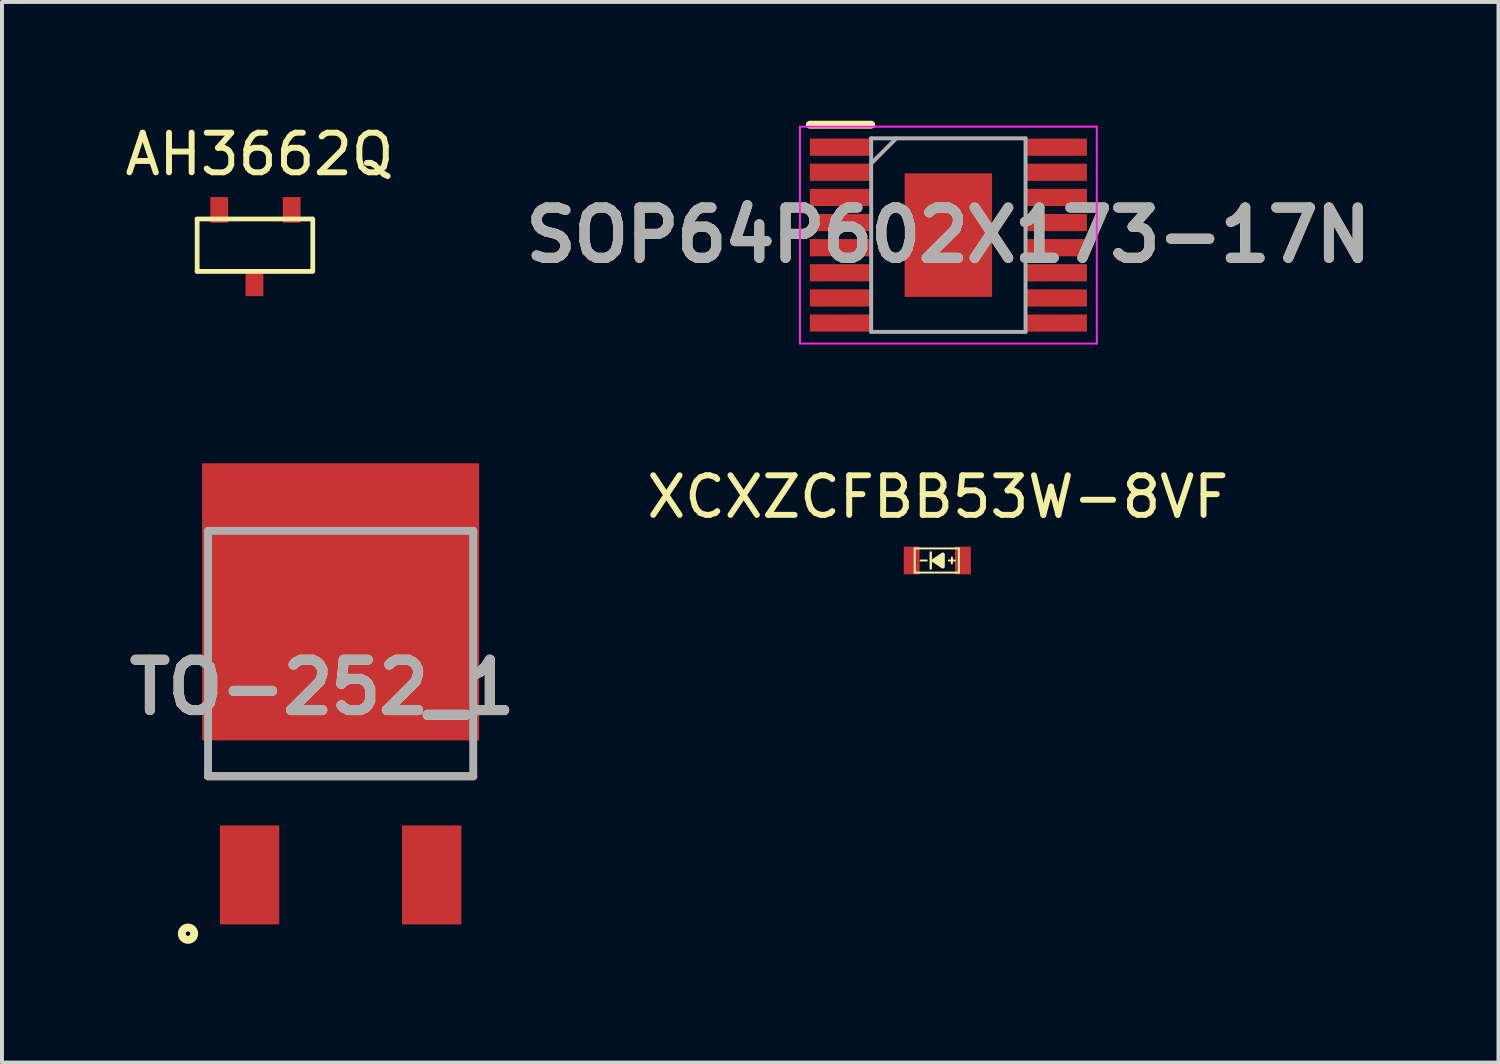
<source format=kicad_pcb>
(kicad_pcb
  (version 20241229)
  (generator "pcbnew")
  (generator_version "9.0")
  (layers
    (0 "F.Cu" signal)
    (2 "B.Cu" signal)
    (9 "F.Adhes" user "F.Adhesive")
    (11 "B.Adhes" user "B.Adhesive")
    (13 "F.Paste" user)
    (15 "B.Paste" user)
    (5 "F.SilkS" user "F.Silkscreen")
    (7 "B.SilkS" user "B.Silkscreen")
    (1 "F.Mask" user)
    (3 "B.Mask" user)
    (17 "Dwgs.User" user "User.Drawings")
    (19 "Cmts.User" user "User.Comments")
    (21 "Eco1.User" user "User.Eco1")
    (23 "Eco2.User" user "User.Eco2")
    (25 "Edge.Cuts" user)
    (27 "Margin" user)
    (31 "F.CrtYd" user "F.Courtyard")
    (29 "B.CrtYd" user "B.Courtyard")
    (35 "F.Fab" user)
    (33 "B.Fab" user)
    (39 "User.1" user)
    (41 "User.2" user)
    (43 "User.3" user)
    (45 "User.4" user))
  (footprint "SOP64P602X173-17N"
    (layer "F.Cu")
    (at 20.91 2.89)
    (property "Reference" "SOP64P602X173-17N" (at 0 0 0) (layer "F.SilkS") (effects (font (size 1.27 1.27) (thickness 0.254))))
    (attr smd)
    (fp_line (start -3.5 -2.79) (end -1.95 -2.79) (stroke (width 0.2) (type solid)) (layer "F.SilkS"))
    (fp_line (start -3.75 -2.74) (end 3.75 -2.74) (stroke (width 0.05) (type solid)) (layer "F.CrtYd"))
    (fp_line (start -3.75 2.74) (end -3.75 -2.74) (stroke (width 0.05) (type solid)) (layer "F.CrtYd"))
    (fp_line (start 3.75 -2.74) (end 3.75 2.74) (stroke (width 0.05) (type solid)) (layer "F.CrtYd"))
    (fp_line (start 3.75 2.74) (end -3.75 2.74) (stroke (width 0.05) (type solid)) (layer "F.CrtYd"))
    (fp_line (start -1.95 -2.445) (end 1.95 -2.445) (stroke (width 0.1) (type solid)) (layer "F.Fab"))
    (fp_line (start -1.95 -1.81) (end -1.315 -2.445) (stroke (width 0.1) (type solid)) (layer "F.Fab"))
    (fp_line (start -1.95 2.445) (end -1.95 -2.445) (stroke (width 0.1) (type solid)) (layer "F.Fab"))
    (fp_line (start 1.95 -2.445) (end 1.95 2.445) (stroke (width 0.1) (type solid)) (layer "F.Fab"))
    (fp_line (start 1.95 2.445) (end -1.95 2.445) (stroke (width 0.1) (type solid)) (layer "F.Fab"))
    (fp_text user "${REFERENCE}" (at 0 0 0) (layer "F.Fab") (effects (font (size 1.27 1.27) (thickness 0.254))))
    (pad "1" smd rect (at -2.725 -2.222 90) (size 0.435 1.55) (layers "F.Cu" "F.Mask" "F.Paste"))
    (pad "2" smd rect (at -2.725 -1.588 90) (size 0.435 1.55) (layers "F.Cu" "F.Mask" "F.Paste"))
    (pad "3" smd rect (at -2.725 -0.952 90) (size 0.435 1.55) (layers "F.Cu" "F.Mask" "F.Paste"))
    (pad "4" smd rect (at -2.725 -0.318 90) (size 0.435 1.55) (layers "F.Cu" "F.Mask" "F.Paste"))
    (pad "5" smd rect (at -2.725 0.318 90) (size 0.435 1.55) (layers "F.Cu" "F.Mask" "F.Paste"))
    (pad "6" smd rect (at -2.725 0.952 90) (size 0.435 1.55) (layers "F.Cu" "F.Mask" "F.Paste"))
    (pad "7" smd rect (at -2.725 1.588 90) (size 0.435 1.55) (layers "F.Cu" "F.Mask" "F.Paste"))
    (pad "8" smd rect (at -2.725 2.222 90) (size 0.435 1.55) (layers "F.Cu" "F.Mask" "F.Paste"))
    (pad "9" smd rect (at 2.725 2.222 90) (size 0.435 1.55) (layers "F.Cu" "F.Mask" "F.Paste"))
    (pad "10" smd rect (at 2.725 1.588 90) (size 0.435 1.55) (layers "F.Cu" "F.Mask" "F.Paste"))
    (pad "11" smd rect (at 2.725 0.952 90) (size 0.435 1.55) (layers "F.Cu" "F.Mask" "F.Paste"))
    (pad "12" smd rect (at 2.725 0.318 90) (size 0.435 1.55) (layers "F.Cu" "F.Mask" "F.Paste"))
    (pad "13" smd rect (at 2.725 -0.318 90) (size 0.435 1.55) (layers "F.Cu" "F.Mask" "F.Paste"))
    (pad "14" smd rect (at 2.725 -0.952 90) (size 0.435 1.55) (layers "F.Cu" "F.Mask" "F.Paste"))
    (pad "15" smd rect (at 2.725 -1.588 90) (size 0.435 1.55) (layers "F.Cu" "F.Mask" "F.Paste"))
    (pad "16" smd rect (at 2.725 -2.222 90) (size 0.435 1.55) (layers "F.Cu" "F.Mask" "F.Paste"))
    (pad "17" smd rect (at 0 0) (size 2.209 3.12) (layers "F.Cu" "F.Mask" "F.Paste")))
  (footprint "XCXZCFBB53W-8VF"
    (layer "F.Cu")
    (at 20.643 9.003)
    (property "Reference" "XCXZCFBB53W-8VF" (at 0 0.5 0) (layer "F.SilkS") (effects (font (size 1 1) (thickness 0.15))))
    (attr through_hole)
    (fp_line (start -0.584 1.803) (end -0.584 2.413) (stroke (width 0.05) (type solid)) (layer "F.SilkS"))
    (fp_line (start -0.584 1.803) (end 0.533 1.803) (stroke (width 0.05) (type solid)) (layer "F.SilkS"))
    (fp_line (start -0.432 2.108) (end -0.279 2.108) (stroke (width 0.05) (type solid)) (layer "F.SilkS"))
    (fp_line (start -0.178 1.905) (end -0.178 2.311) (stroke (width 0.06) (type solid)) (layer "F.SilkS"))
    (fp_line (start 0.279 2.108) (end 0.432 2.108) (stroke (width 0.05) (type solid)) (layer "F.SilkS"))
    (fp_line (start 0.356 2.184) (end 0.356 2.032) (stroke (width 0.05) (type solid)) (layer "F.SilkS"))
    (fp_line (start 0.533 1.803) (end 0.533 2.413) (stroke (width 0.05) (type solid)) (layer "F.SilkS"))
    (fp_line (start 0.533 2.413) (end -0.584 2.413) (stroke (width 0.05) (type solid)) (layer "F.SilkS"))
    (fp_poly (pts (xy 0.127 2.261) (xy -0.102 2.108) (xy 0.127 1.956)) (stroke (width 0.1) (type solid)) (fill yes) (layer "F.SilkS"))
    (pad "1" smd rect (at -0.66 2.108 180) (size 0.4 0.7) (layers "F.Cu" "F.Mask" "F.Paste"))
    (pad "2" smd rect (at 0.635 2.108) (size 0.4 0.7) (layers "F.Cu" "F.Mask" "F.Paste")))
  (footprint "TO-252_1"
    (layer "F.Cu")
    (at 5.556 16.562)
    (property "Reference" "TO-252_1" (at -0.464 -2.247 0) (layer "F.SilkS") (effects (font (size 1.27 1.27) (thickness 0.254))))
    (attr smd)
    (fp_line (start -3.35 0) (end 3.35 0) (stroke (width 0.2) (type solid)) (layer "F.SilkS"))
    (fp_circle (center -3.856 3.977) (end -3.856 4.133) (stroke (width 0.2) (type solid)) (fill no) (layer "F.SilkS"))
    (fp_line (start -3.35 -6.2) (end 3.35 -6.2) (stroke (width 0.2) (type solid)) (layer "F.Fab"))
    (fp_line (start -3.35 0) (end -3.35 -6.2) (stroke (width 0.2) (type solid)) (layer "F.Fab"))
    (fp_line (start 3.35 -6.2) (end 3.35 0) (stroke (width 0.2) (type solid)) (layer "F.Fab"))
    (fp_line (start 3.35 0) (end -3.35 0) (stroke (width 0.2) (type solid)) (layer "F.Fab"))
    (fp_text user "${REFERENCE}" (at -0.464 -2.247 0) (layer "F.Fab") (effects (font (size 1.27 1.27) (thickness 0.254))))
    (pad "1" smd rect (at -2.3 2.493) (size 1.5 2.5) (layers "F.Cu" "F.Mask" "F.Paste"))
    (pad "2" smd rect (at 2.3 2.493) (size 1.5 2.5) (layers "F.Cu" "F.Mask" "F.Paste"))
    (pad "3" smd rect (at 0 -4.407 90) (size 7 7) (layers "F.Cu" "F.Mask" "F.Paste")))
  (footprint "AH3662Q"
    (layer "F.Cu")
    (at 3.506 0.348)
    (property "Reference" "AH3662Q" (at 0 0.5 0) (layer "F.SilkS") (effects (font (size 1 1) (thickness 0.15))))
    (attr through_hole)
    (fp_line (start -1.579 2.134) (end 1.321 2.134) (stroke (width 0.12) (type solid)) (layer "F.SilkS"))
    (fp_line (start -1.575 3.459) (end -1.575 2.159) (stroke (width 0.12) (type solid)) (layer "F.SilkS"))
    (fp_line (start 1.346 3.434) (end 1.346 2.134) (stroke (width 0.12) (type solid)) (layer "F.SilkS"))
    (fp_line (start 1.346 3.459) (end -1.575 3.459) (stroke (width 0.12) (type solid)) (layer "F.SilkS"))
    (pad "1" smd rect (at 0.813 1.905 90) (size 0.65 0.45) (layers "F.Cu" "F.Mask" "F.Paste"))
    (pad "2" smd rect (at -0.127 3.759 90) (size 0.65 0.45) (layers "F.Cu" "F.Mask" "F.Paste"))
    (pad "3" smd rect (at -1.016 1.905 90) (size 0.65 0.45) (layers "F.Cu" "F.Mask" "F.Paste")))
  (gr_rect
    (start -3 -3)
    (end 34.808 23.795)
    (stroke (width 0.1) (type default))
    (fill no)
    (layer "Edge.Cuts")))
</source>
